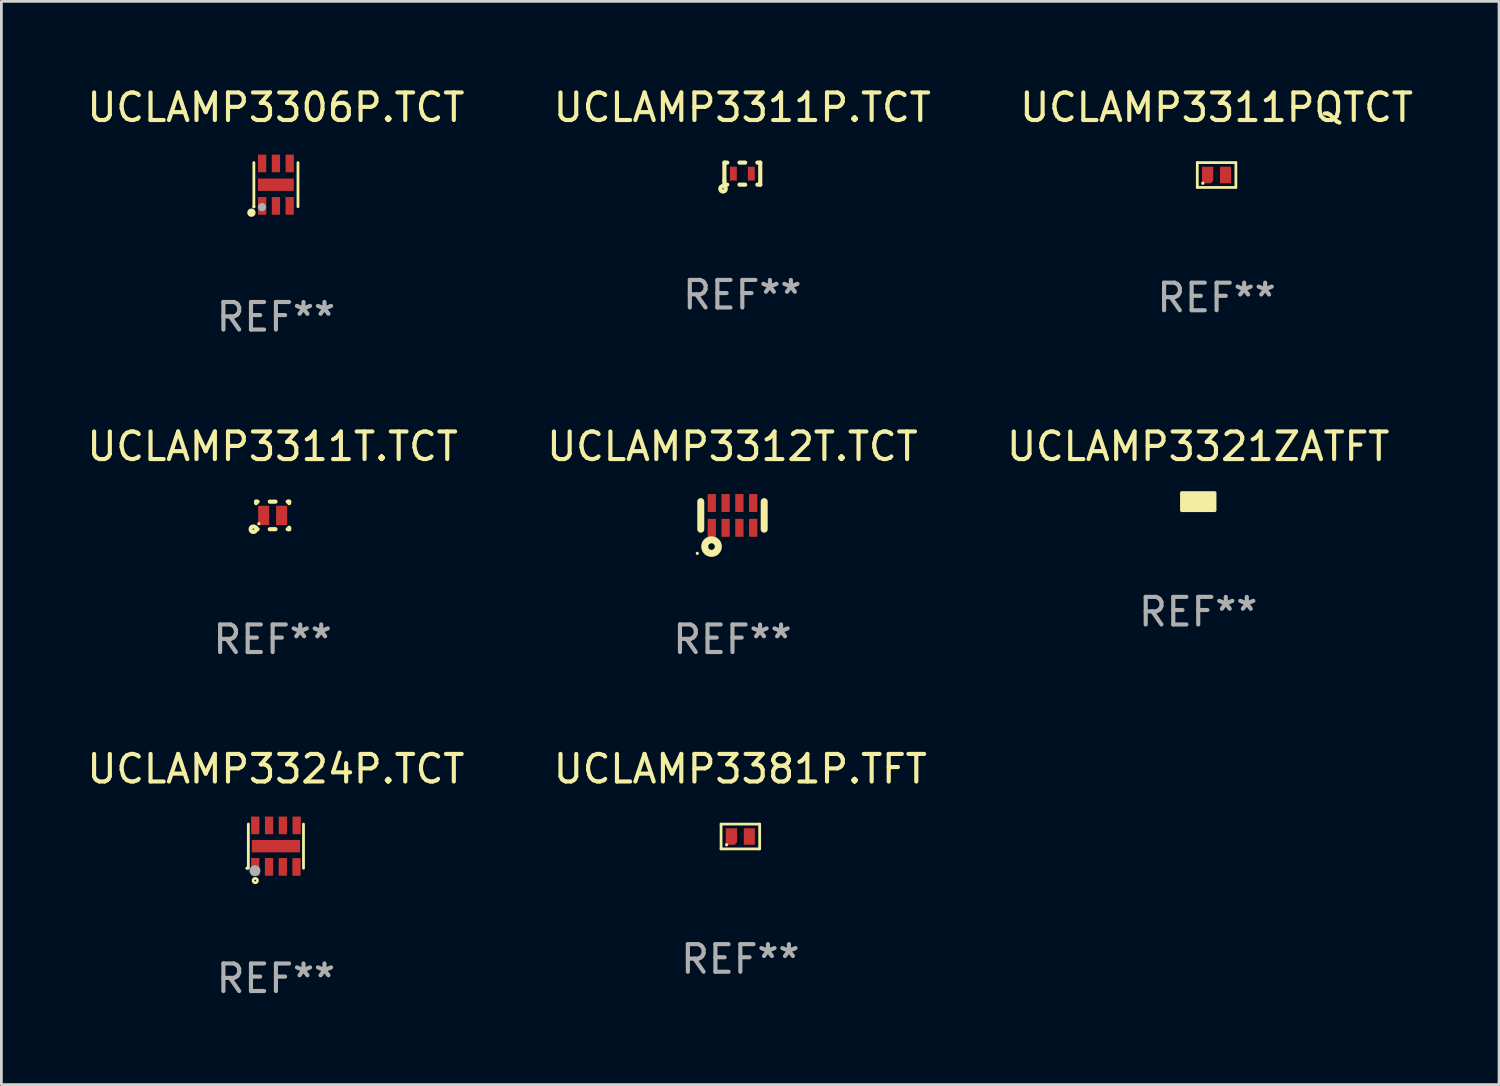
<source format=kicad_pcb>
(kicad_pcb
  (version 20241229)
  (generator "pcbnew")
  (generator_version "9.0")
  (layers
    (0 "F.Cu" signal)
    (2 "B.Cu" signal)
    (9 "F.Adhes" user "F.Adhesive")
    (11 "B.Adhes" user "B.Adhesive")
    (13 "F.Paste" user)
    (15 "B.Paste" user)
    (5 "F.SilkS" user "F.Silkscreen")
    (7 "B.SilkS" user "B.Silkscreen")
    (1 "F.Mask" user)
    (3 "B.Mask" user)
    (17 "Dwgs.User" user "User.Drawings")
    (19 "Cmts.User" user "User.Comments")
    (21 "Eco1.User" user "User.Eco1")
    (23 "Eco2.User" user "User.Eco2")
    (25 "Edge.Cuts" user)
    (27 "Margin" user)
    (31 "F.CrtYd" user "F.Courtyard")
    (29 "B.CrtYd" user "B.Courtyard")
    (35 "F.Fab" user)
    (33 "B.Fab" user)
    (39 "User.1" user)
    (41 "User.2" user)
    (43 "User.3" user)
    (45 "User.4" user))
  (footprint "UCLAMP3324P.TCT"
    (layer "F.Cu")
    (at 6.958 27.641)
    (property "Reference" "UCLAMP3324P.TCT" (at 0 -2.8 0) (layer "F.SilkS") (effects (font (size 1 1) (thickness 0.15))))
    (attr through_hole)
    (fp_line (start -1 0.8) (end -1 -0.8) (stroke (width 0.102) (type solid)) (layer "F.SilkS"))
    (fp_line (start 1 0.8) (end 1 -0.8) (stroke (width 0.102) (type solid)) (layer "F.SilkS"))
    (fp_circle (center -1.049 0.8) (end -1.019 0.8) (stroke (width 0.06) (type solid)) (fill no) (layer "F.SilkS"))
    (fp_circle (center -0.749 1.248) (end -0.669 1.248) (stroke (width 0.1) (type solid)) (fill no) (layer "F.SilkS"))
    (fp_circle (center -0.761 0.889) (end -0.661 0.889) (stroke (width 0.2) (type solid)) (fill no) (layer "F.Fab"))
    (fp_text user "REF**" (at 0 4.8 0) (layer "F.Fab") (effects (font (size 1 1) (thickness 0.15))))
    (pad "1" smd rect (at -0.75 0.75 180) (size 0.3 0.64) (layers "F.Cu" "F.Mask" "F.Paste"))
    (pad "2" smd rect (at -0.25 0.751 180) (size 0.3 0.64) (layers "F.Cu" "F.Mask" "F.Paste"))
    (pad "3" smd rect (at 0.249 0.751 180) (size 0.3 0.64) (layers "F.Cu" "F.Mask" "F.Paste"))
    (pad "4" smd rect (at 0.746 0.754 180) (size 0.3 0.64) (layers "F.Cu" "F.Mask" "F.Paste"))
    (pad "5" smd rect (at 0.752 -0.753) (size 0.3 0.64) (layers "F.Cu" "F.Mask" "F.Paste"))
    (pad "6" smd rect (at 0.252 -0.753) (size 0.3 0.64) (layers "F.Cu" "F.Mask" "F.Paste"))
    (pad "7" smd rect (at -0.248 -0.753) (size 0.3 0.64) (layers "F.Cu" "F.Mask" "F.Paste"))
    (pad "8" smd rect (at -0.748 -0.753) (size 0.3 0.64) (layers "F.Cu" "F.Mask" "F.Paste"))
    (pad "9" smd rect (at 0 0 270) (size 0.45 1.75) (layers "F.Cu" "F.Mask" "F.Paste")))
  (footprint "UCLAMP3311P.TCT"
    (layer "F.Cu")
    (at 23.875 3.248)
    (property "Reference" "UCLAMP3311P.TCT" (at 0 -2.4 0) (layer "F.SilkS") (effects (font (size 1 1) (thickness 0.15))))
    (attr through_hole)
    (fp_line (start -0.65 -0.4) (end -0.65 0.25) (stroke (width 0.15) (type solid)) (layer "F.SilkS"))
    (fp_line (start -0.65 -0.4) (end -0.546 -0.4) (stroke (width 0.15) (type solid)) (layer "F.SilkS"))
    (fp_line (start -0.65 0.25) (end -0.65 0.4) (stroke (width 0.15) (type solid)) (layer "F.SilkS"))
    (fp_line (start -0.65 0.4) (end -0.546 0.4) (stroke (width 0.15) (type solid)) (layer "F.SilkS"))
    (fp_line (start -0.104 -0.4) (end 0.104 -0.4) (stroke (width 0.15) (type solid)) (layer "F.SilkS"))
    (fp_line (start 0.104 0.4) (end -0.104 0.4) (stroke (width 0.15) (type solid)) (layer "F.SilkS"))
    (fp_line (start 0.546 -0.4) (end 0.65 -0.4) (stroke (width 0.15) (type solid)) (layer "F.SilkS"))
    (fp_line (start 0.65 -0.4) (end 0.65 0.4) (stroke (width 0.15) (type solid)) (layer "F.SilkS"))
    (fp_line (start 0.65 0.4) (end 0.546 0.4) (stroke (width 0.15) (type solid)) (layer "F.SilkS"))
    (fp_circle (center -0.7 0.55) (end -0.675 0.55) (stroke (width 0.15) (type solid)) (fill no) (layer "F.SilkS"))
    (fp_text user "REF**" (at 0 4.4 0) (layer "F.Fab") (effects (font (size 1 1) (thickness 0.15))))
    (pad "1" smd rect (at -0.325 0) (size 0.25 0.5) (layers "F.Cu" "F.Mask" "F.Paste"))
    (pad "2" smd rect (at 0.325 0) (size 0.25 0.5) (layers "F.Cu" "F.Mask" "F.Paste")))
  (footprint "UCLAMP3312T.TCT"
    (layer "F.Cu")
    (at 23.518 15.645)
    (property "Reference" "UCLAMP3312T.TCT" (at 0 -2.5 0) (layer "F.SilkS") (effects (font (size 1 1) (thickness 0.15))))
    (attr through_hole)
    (fp_line (start -1.15 -0.5) (end -1.15 0.5) (stroke (width 0.254) (type solid)) (layer "F.SilkS"))
    (fp_line (start 1.15 -0.5) (end 1.15 0.5) (stroke (width 0.254) (type solid)) (layer "F.SilkS"))
    (fp_circle (center -1.277 1.377) (end -1.247 1.377) (stroke (width 0.06) (type solid)) (fill no) (layer "F.SilkS"))
    (fp_circle (center -0.76 1.13) (end -0.64 1.13) (stroke (width 0.254) (type solid)) (fill no) (layer "F.SilkS"))
    (fp_text user "REF**" (at 0 4.5 0) (layer "F.Fab") (effects (font (size 1 1) (thickness 0.15))))
    (pad "1" smd rect (at -0.75 0.45) (size 0.3 0.65) (layers "F.Cu" "F.Mask" "F.Paste"))
    (pad "2" smd rect (at -0.25 0.45) (size 0.3 0.65) (layers "F.Cu" "F.Mask" "F.Paste"))
    (pad "3" smd rect (at 0.25 0.45) (size 0.3 0.65) (layers "F.Cu" "F.Mask" "F.Paste"))
    (pad "4" smd rect (at 0.75 0.45) (size 0.3 0.65) (layers "F.Cu" "F.Mask" "F.Paste"))
    (pad "5" smd rect (at 0.75 -0.45) (size 0.3 0.65) (layers "F.Cu" "F.Mask" "F.Paste"))
    (pad "6" smd rect (at 0.25 -0.45) (size 0.3 0.65) (layers "F.Cu" "F.Mask" "F.Paste"))
    (pad "7" smd rect (at -0.25 -0.45) (size 0.3 0.65) (layers "F.Cu" "F.Mask" "F.Paste"))
    (pad "8" smd rect (at -0.75 -0.45) (size 0.3 0.65) (layers "F.Cu" "F.Mask" "F.Paste")))
  (footprint "UCLAMP3321ZATFT"
    (layer "F.Cu")
    (at 40.411 15.145)
    (property "Reference" "UCLAMP3321ZATFT" (at 0 -2 0) (layer "F.SilkS") (effects (font (size 1 1) (thickness 0.15))))
    (attr through_hole)
    (fp_circle (center -0.309 0.16) (end -0.279 0.16) (stroke (width 0.06) (type solid)) (fill no) (layer "F.SilkS"))
    (fp_poly (pts (xy -0.599 -0.318) (xy 0.601 -0.318) (xy 0.601 0.318) (xy -0.599 0.318)) (stroke (width 0.12) (type solid)) (fill yes) (layer "F.SilkS"))
    (fp_text user "REF**" (at 0 4 0) (layer "F.Fab") (effects (font (size 1 1) (thickness 0.15))))
    (pad "1" smd rect (at -0.286 0) (size 0.35 0.4) (layers "F.Cu" "F.Mask" "F.Paste"))
    (pad "2" smd rect (at 0.286 0) (size 0.35 0.4) (layers "F.Cu" "F.Mask" "F.Paste")))
  (footprint "UCLAMP3306P.TCT"
    (layer "F.Cu")
    (at 6.958 3.648)
    (property "Reference" "UCLAMP3306P.TCT" (at 0 -2.8 0) (layer "F.SilkS") (effects (font (size 1 1) (thickness 0.15))))
    (attr through_hole)
    (fp_line (start -0.8 0.8) (end -0.8 -0.8) (stroke (width 0.102) (type solid)) (layer "F.SilkS"))
    (fp_line (start 0.8 0.8) (end 0.8 -0.8) (stroke (width 0.102) (type solid)) (layer "F.SilkS"))
    (fp_circle (center -0.889 1.016) (end -0.813 1.016) (stroke (width 0.152) (type solid)) (fill no) (layer "F.SilkS"))
    (fp_circle (center -0.8 0.8) (end -0.77 0.8) (stroke (width 0.06) (type solid)) (fill no) (layer "F.SilkS"))
    (fp_circle (center -0.506 0.815) (end -0.43 0.815) (stroke (width 0.152) (type solid)) (fill no) (layer "F.Fab"))
    (fp_text user "REF**" (at 0 4.8 0) (layer "F.Fab") (effects (font (size 1 1) (thickness 0.15))))
    (pad "1" smd rect (at -0.498 0.77 180) (size 0.3 0.64) (layers "F.Cu" "F.Mask" "F.Paste"))
    (pad "2" smd rect (at -0.000025 0.77 180) (size 0.3 0.64) (layers "F.Cu" "F.Mask" "F.Paste"))
    (pad "3" smd rect (at 0.5 0.77 180) (size 0.3 0.64) (layers "F.Cu" "F.Mask" "F.Paste"))
    (pad "4" smd rect (at 0.5 -0.77 180) (size 0.3 0.64) (layers "F.Cu" "F.Mask" "F.Paste"))
    (pad "5" smd rect (at -0.000025 -0.77) (size 0.3 0.64) (layers "F.Cu" "F.Mask" "F.Paste"))
    (pad "6" smd rect (at -0.5 -0.77) (size 0.3 0.64) (layers "F.Cu" "F.Mask" "F.Paste"))
    (pad "7" smd rect (at -0.002 0.001 90) (size 0.45 1.3) (layers "F.Cu" "F.Mask" "F.Paste")))
  (footprint "UCLAMP3381P.TFT"
    (layer "F.Cu")
    (at 23.804 27.291)
    (property "Reference" "UCLAMP3381P.TFT" (at 0 -2.45 0) (layer "F.SilkS") (effects (font (size 1 1) (thickness 0.15))))
    (attr through_hole)
    (fp_line (start -0.7 -0.45) (end -0.7 0.45) (stroke (width 0.1) (type solid)) (layer "F.SilkS"))
    (fp_line (start -0.7 -0.45) (end 0.7 -0.45) (stroke (width 0.1) (type solid)) (layer "F.SilkS"))
    (fp_line (start -0.7 0.45) (end 0.69 0.45) (stroke (width 0.1) (type solid)) (layer "F.SilkS"))
    (fp_line (start 0.7 -0.45) (end 0.7 0.45) (stroke (width 0.1) (type solid)) (layer "F.SilkS"))
    (fp_circle (center -0.5 0.3) (end -0.47 0.3) (stroke (width 0.06) (type solid)) (fill no) (layer "F.SilkS"))
    (fp_text user "REF**" (at 0 4.45 0) (layer "F.Fab") (effects (font (size 1 1) (thickness 0.15))))
    (pad "1" smd custom (at -0.325 0) (size 0.41 0.6) (layers "F.Cu" "F.Mask" "F.Paste") (options (anchor circle)) (primitives (gr_poly (pts (xy -0.205 -0.3) (xy -0.205 0.3) (xy 0.125 0.3) (xy 0.205 0.2) (xy 0.205 -0.3) (xy -0.205 -0.3)) (width 0) (fill yes))))
    (pad "2" smd rect (at 0.325 0 90) (size 0.6 0.4) (layers "F.Cu" "F.Mask" "F.Paste")))
  (footprint "UCLAMP3311T.TCT"
    (layer "F.Cu")
    (at 6.839 15.645)
    (property "Reference" "UCLAMP3311T.TCT" (at 0 -2.5 0) (layer "F.SilkS") (effects (font (size 1 1) (thickness 0.15))))
    (attr through_hole)
    (fp_line (start -0.6 -0.5) (end -0.546 -0.5) (stroke (width 0.15) (type solid)) (layer "F.SilkS"))
    (fp_line (start -0.6 -0.446) (end -0.6 -0.5) (stroke (width 0.15) (type solid)) (layer "F.SilkS"))
    (fp_line (start -0.6 0.5) (end -0.6 0.446) (stroke (width 0.15) (type solid)) (layer "F.SilkS"))
    (fp_line (start -0.546 0.5) (end -0.6 0.5) (stroke (width 0.15) (type solid)) (layer "F.SilkS"))
    (fp_line (start -0.104 -0.5) (end 0.104 -0.5) (stroke (width 0.15) (type solid)) (layer "F.SilkS"))
    (fp_line (start 0.104 0.5) (end -0.104 0.5) (stroke (width 0.15) (type solid)) (layer "F.SilkS"))
    (fp_line (start 0.546 -0.5) (end 0.6 -0.5) (stroke (width 0.15) (type solid)) (layer "F.SilkS"))
    (fp_line (start 0.6 -0.5) (end 0.6 -0.446) (stroke (width 0.15) (type solid)) (layer "F.SilkS"))
    (fp_line (start 0.6 0.446) (end 0.6 0.5) (stroke (width 0.15) (type solid)) (layer "F.SilkS"))
    (fp_line (start 0.6 0.5) (end 0.546 0.5) (stroke (width 0.15) (type solid)) (layer "F.SilkS"))
    (fp_circle (center -0.7 0.5) (end -0.675 0.5) (stroke (width 0.15) (type solid)) (fill no) (layer "F.SilkS"))
    (fp_circle (center -0.5 0.3) (end -0.47 0.3) (stroke (width 0.06) (type solid)) (fill no) (layer "F.SilkS"))
    (fp_text user "REF**" (at 0 4.5 0) (layer "F.Fab") (effects (font (size 1 1) (thickness 0.15))))
    (pad "1" smd rect (at -0.325 0) (size 0.4 0.7) (layers "F.Cu" "F.Mask" "F.Paste"))
    (pad "2" smd rect (at 0.325 0) (size 0.4 0.7) (layers "F.Cu" "F.Mask" "F.Paste")))
  (footprint "UCLAMP3311PQTCT"
    (layer "F.Cu")
    (at 41.077 3.298)
    (property "Reference" "UCLAMP3311PQTCT" (at 0 -2.45 0) (layer "F.SilkS") (effects (font (size 1 1) (thickness 0.15))))
    (attr through_hole)
    (fp_line (start -0.7 -0.45) (end -0.7 0.45) (stroke (width 0.1) (type solid)) (layer "F.SilkS"))
    (fp_line (start -0.7 -0.45) (end 0.7 -0.45) (stroke (width 0.1) (type solid)) (layer "F.SilkS"))
    (fp_line (start -0.7 0.45) (end 0.69 0.45) (stroke (width 0.1) (type solid)) (layer "F.SilkS"))
    (fp_line (start 0.7 -0.45) (end 0.7 0.45) (stroke (width 0.1) (type solid)) (layer "F.SilkS"))
    (fp_circle (center -0.5 0.3) (end -0.47 0.3) (stroke (width 0.06) (type solid)) (fill no) (layer "F.SilkS"))
    (fp_text user "REF**" (at 0 4.45 0) (layer "F.Fab") (effects (font (size 1 1) (thickness 0.15))))
    (pad "1" smd custom (at -0.325 0) (size 0.41 0.6) (layers "F.Cu" "F.Mask" "F.Paste") (options (anchor circle)) (primitives (gr_poly (pts (xy -0.205 -0.3) (xy -0.205 0.3) (xy 0.125 0.3) (xy 0.205 0.2) (xy 0.205 -0.3) (xy -0.205 -0.3)) (width 0) (fill yes))))
    (pad "2" smd rect (at 0.325 0 90) (size 0.6 0.4) (layers "F.Cu" "F.Mask" "F.Paste")))
  (gr_rect
    (start -3 -3)
    (end 51.321 36.29)
    (stroke (width 0.1) (type default))
    (fill no)
    (layer "Edge.Cuts")))
</source>
